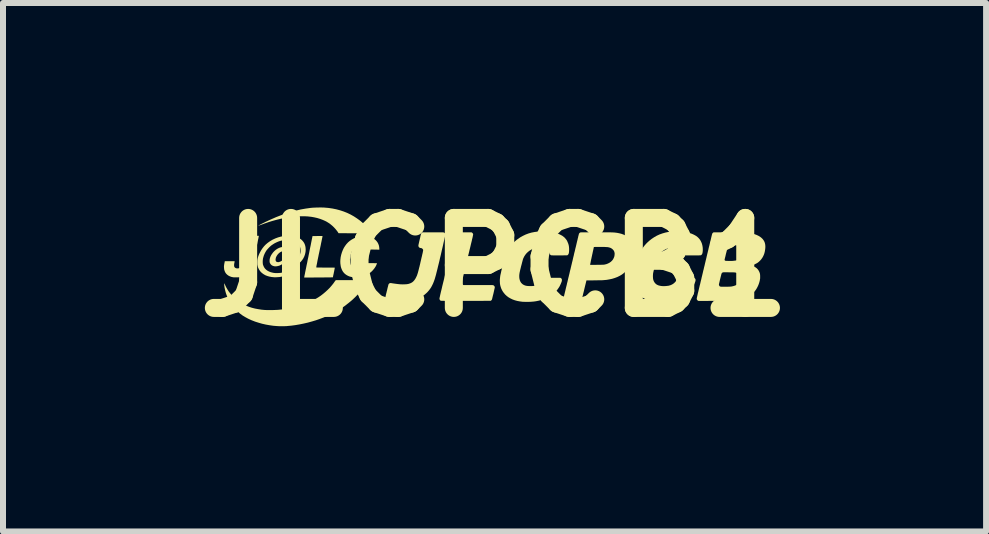
<source format=kicad_pcb>
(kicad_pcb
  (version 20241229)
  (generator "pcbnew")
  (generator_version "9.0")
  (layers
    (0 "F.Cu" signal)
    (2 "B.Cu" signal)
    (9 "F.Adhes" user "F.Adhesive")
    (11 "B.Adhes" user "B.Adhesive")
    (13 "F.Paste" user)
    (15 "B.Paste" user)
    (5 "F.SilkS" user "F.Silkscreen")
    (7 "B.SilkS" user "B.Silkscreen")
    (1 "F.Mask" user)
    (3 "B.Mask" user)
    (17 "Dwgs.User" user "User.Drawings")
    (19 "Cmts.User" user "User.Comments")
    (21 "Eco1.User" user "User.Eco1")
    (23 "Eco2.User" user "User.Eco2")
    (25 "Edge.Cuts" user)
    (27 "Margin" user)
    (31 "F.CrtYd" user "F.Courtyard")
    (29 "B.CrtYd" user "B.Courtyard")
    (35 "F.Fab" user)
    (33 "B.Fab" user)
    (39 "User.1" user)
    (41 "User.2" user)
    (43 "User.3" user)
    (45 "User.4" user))
  (footprint "JLCPCB1"
    (layer "F.Cu")
    (at 5.193 1.404)
    (property "Reference" "JLCPCB1" (at 0 0 0) (layer "F.SilkS") (effects (font (size 1.5 1.5) (thickness 0.3))))
    (attr board_only exclude_from_pos_files exclude_from_bom)
    (fp_poly (pts (xy -2.915 -0.52) (xy -2.9 -0.52) (xy -2.887 -0.52) (xy -2.877 -0.52) (xy -2.87 -0.519) (xy -2.867 -0.519) (xy -2.867 -0.519) (xy -2.867 -0.516) (xy -2.868 -0.51) (xy -2.87 -0.5) (xy -2.873 -0.487) (xy -2.876 -0.471) (xy -2.88 -0.452) (xy -2.884 -0.432) (xy -2.889 -0.409) (xy -2.894 -0.384) (xy -2.899 -0.358) (xy -2.905 -0.331) (xy -2.911 -0.303) (xy -2.916 -0.278) (xy -2.923 -0.245) (xy -2.93 -0.213) (xy -2.936 -0.182) (xy -2.942 -0.153) (xy -2.948 -0.125) (xy -2.953 -0.1) (xy -2.957 -0.077) (xy -2.961 -0.056) (xy -2.965 -0.038) (xy -2.968 -0.023) (xy -2.97 -0.011) (xy -2.971 -0.002) (xy -2.972 0.003) (xy -2.972 0.004) (xy -2.97 0.004) (xy -2.964 0.004) (xy -2.955 0.005) (xy -2.942 0.005) (xy -2.927 0.005) (xy -2.909 0.005) (xy -2.889 0.005) (xy -2.867 0.006) (xy -2.843 0.006) (xy -2.819 0.006) (xy -2.816 0.006) (xy -2.662 0.007) (xy -2.663 0.012) (xy -2.664 0.015) (xy -2.665 0.022) (xy -2.667 0.032) (xy -2.669 0.044) (xy -2.672 0.059) (xy -2.675 0.075) (xy -2.679 0.092) (xy -2.679 0.093) (xy -2.682 0.11) (xy -2.686 0.125) (xy -2.689 0.139) (xy -2.691 0.151) (xy -2.693 0.16) (xy -2.694 0.166) (xy -2.695 0.169) (xy -2.695 0.169) (xy -2.697 0.169) (xy -2.703 0.169) (xy -2.713 0.169) (xy -2.725 0.169) (xy -2.741 0.17) (xy -2.76 0.17) (xy -2.781 0.17) (xy -2.805 0.17) (xy -2.831 0.17) (xy -2.858 0.171) (xy -2.887 0.171) (xy -2.918 0.171) (xy -2.934 0.171) (xy -3.172 0.172) (xy -3.172 0.167) (xy -3.172 0.164) (xy -3.171 0.157) (xy -3.169 0.148) (xy -3.167 0.136) (xy -3.164 0.123) (xy -3.163 0.119) (xy -3.161 0.11) (xy -3.159 0.098) (xy -3.156 0.082) (xy -3.152 0.064) (xy -3.148 0.043) (xy -3.143 0.02) (xy -3.138 -0.005) (xy -3.133 -0.031) (xy -3.127 -0.058) (xy -3.121 -0.086) (xy -3.117 -0.109) (xy -3.111 -0.139) (xy -3.104 -0.17) (xy -3.098 -0.202) (xy -3.091 -0.235) (xy -3.085 -0.267) (xy -3.079 -0.298) (xy -3.073 -0.327) (xy -3.067 -0.354) (xy -3.062 -0.379) (xy -3.058 -0.4) (xy -3.057 -0.406) (xy -3.034 -0.519) (xy -2.95 -0.52) (xy -2.932 -0.52)) (stroke (width 0) (type solid)) (fill yes) (layer "F.SilkS"))
    (fp_poly (pts (xy -2.869 -0.995) (xy -2.851 -0.995) (xy -2.836 -0.994) (xy -2.767 -0.988) (xy -2.7 -0.978) (xy -2.636 -0.965) (xy -2.573 -0.948) (xy -2.513 -0.928) (xy -2.455 -0.905) (xy -2.399 -0.878) (xy -2.344 -0.847) (xy -2.292 -0.813) (xy -2.241 -0.776) (xy -2.193 -0.735) (xy -2.191 -0.733) (xy -2.177 -0.72) (xy -2.162 -0.705) (xy -2.146 -0.688) (xy -2.13 -0.67) (xy -2.115 -0.653) (xy -2.1 -0.635) (xy -2.087 -0.618) (xy -2.076 -0.603) (xy -2.066 -0.589) (xy -2.059 -0.577) (xy -2.058 -0.575) (xy -2.053 -0.566) (xy -2.059 -0.565) (xy -2.062 -0.565) (xy -2.068 -0.565) (xy -2.078 -0.565) (xy -2.092 -0.565) (xy -2.109 -0.565) (xy -2.128 -0.565) (xy -2.15 -0.565) (xy -2.175 -0.565) (xy -2.201 -0.565) (xy -2.23 -0.565) (xy -2.26 -0.565) (xy -2.291 -0.565) (xy -2.324 -0.566) (xy -2.332 -0.566) (xy -2.6 -0.567) (xy -2.607 -0.578) (xy -2.618 -0.595) (xy -2.632 -0.613) (xy -2.647 -0.632) (xy -2.664 -0.651) (xy -2.681 -0.669) (xy -2.698 -0.685) (xy -2.701 -0.688) (xy -2.726 -0.709) (xy -2.75 -0.728) (xy -2.775 -0.744) (xy -2.801 -0.76) (xy -2.825 -0.772) (xy -2.866 -0.79) (xy -2.909 -0.806) (xy -2.955 -0.82) (xy -3.003 -0.831) (xy -3.053 -0.84) (xy -3.107 -0.846) (xy -3.112 -0.847) (xy -3.123 -0.847) (xy -3.137 -0.848) (xy -3.154 -0.849) (xy -3.174 -0.849) (xy -3.194 -0.849) (xy -3.215 -0.849) (xy -3.236 -0.849) (xy -3.256 -0.849) (xy -3.274 -0.848) (xy -3.291 -0.848) (xy -3.304 -0.847) (xy -3.307 -0.847) (xy -3.371 -0.84) (xy -3.434 -0.832) (xy -3.497 -0.821) (xy -3.561 -0.808) (xy -3.626 -0.792) (xy -3.657 -0.784) (xy -3.682 -0.777) (xy -3.707 -0.77) (xy -3.73 -0.763) (xy -3.753 -0.756) (xy -3.777 -0.748) (xy -3.802 -0.739) (xy -3.829 -0.73) (xy -3.858 -0.719) (xy -3.889 -0.708) (xy -3.902 -0.703) (xy -3.914 -0.699) (xy -3.924 -0.695) (xy -3.932 -0.693) (xy -3.937 -0.691) (xy -3.939 -0.691) (xy -3.938 -0.692) (xy -3.934 -0.695) (xy -3.927 -0.699) (xy -3.917 -0.705) (xy -3.905 -0.711) (xy -3.891 -0.719) (xy -3.875 -0.727) (xy -3.858 -0.735) (xy -3.84 -0.744) (xy -3.821 -0.754) (xy -3.801 -0.763) (xy -3.782 -0.772) (xy -3.763 -0.781) (xy -3.745 -0.789) (xy -3.73 -0.796) (xy -3.643 -0.834) (xy -3.558 -0.867) (xy -3.474 -0.897) (xy -3.391 -0.922) (xy -3.31 -0.944) (xy -3.229 -0.963) (xy -3.149 -0.977) (xy -3.071 -0.988) (xy -3.042 -0.991) (xy -3.026 -0.992) (xy -3.007 -0.993) (xy -2.985 -0.994) (xy -2.962 -0.995) (xy -2.938 -0.995) (xy -2.914 -0.996) (xy -2.891 -0.996)) (stroke (width 0) (type solid)) (fill yes) (layer "F.SilkS"))
    (fp_poly (pts (xy -2.153 -0.518) (xy -2.12 -0.514) (xy -2.089 -0.508) (xy -2.059 -0.499) (xy -2.037 -0.49) (xy -2.017 -0.479) (xy -1.999 -0.466) (xy -1.982 -0.452) (xy -1.963 -0.431) (xy -1.947 -0.408) (xy -1.935 -0.383) (xy -1.926 -0.356) (xy -1.922 -0.329) (xy -1.921 -0.317) (xy -1.92 -0.292) (xy -1.98 -0.294) (xy -1.996 -0.294) (xy -2.013 -0.294) (xy -2.028 -0.295) (xy -2.042 -0.295) (xy -2.053 -0.295) (xy -2.061 -0.295) (xy -2.061 -0.295) (xy -2.072 -0.295) (xy -2.078 -0.296) (xy -2.082 -0.297) (xy -2.082 -0.297) (xy -2.083 -0.302) (xy -2.086 -0.31) (xy -2.091 -0.318) (xy -2.096 -0.328) (xy -2.102 -0.336) (xy -2.108 -0.344) (xy -2.111 -0.347) (xy -2.124 -0.36) (xy -2.139 -0.369) (xy -2.156 -0.376) (xy -2.175 -0.379) (xy -2.197 -0.381) (xy -2.21 -0.381) (xy -2.238 -0.377) (xy -2.265 -0.371) (xy -2.289 -0.36) (xy -2.312 -0.346) (xy -2.332 -0.329) (xy -2.351 -0.308) (xy -2.367 -0.284) (xy -2.376 -0.266) (xy -2.385 -0.246) (xy -2.393 -0.223) (xy -2.4 -0.199) (xy -2.405 -0.176) (xy -2.408 -0.157) (xy -2.409 -0.142) (xy -2.41 -0.126) (xy -2.409 -0.108) (xy -2.408 -0.091) (xy -2.407 -0.076) (xy -2.405 -0.064) (xy -2.404 -0.061) (xy -2.396 -0.038) (xy -2.385 -0.019) (xy -2.372 -0.002) (xy -2.356 0.011) (xy -2.337 0.022) (xy -2.32 0.028) (xy -2.308 0.03) (xy -2.293 0.031) (xy -2.277 0.032) (xy -2.261 0.031) (xy -2.246 0.028) (xy -2.239 0.027) (xy -2.213 0.018) (xy -2.189 0.006) (xy -2.167 -0.01) (xy -2.146 -0.028) (xy -2.129 -0.049) (xy -2.126 -0.053) (xy -2.116 -0.068) (xy -2.038 -0.068) (xy -2.015 -0.068) (xy -1.997 -0.067) (xy -1.982 -0.067) (xy -1.972 -0.067) (xy -1.964 -0.066) (xy -1.96 -0.066) (xy -1.959 -0.065) (xy -1.96 -0.062) (xy -1.962 -0.056) (xy -1.966 -0.047) (xy -1.97 -0.038) (xy -1.974 -0.028) (xy -1.979 -0.019) (xy -1.983 -0.012) (xy -1.984 -0.009) (xy -2.005 0.022) (xy -2.029 0.051) (xy -2.055 0.077) (xy -2.084 0.1) (xy -2.116 0.12) (xy -2.15 0.136) (xy -2.186 0.15) (xy -2.224 0.16) (xy -2.263 0.166) (xy -2.281 0.168) (xy -2.294 0.169) (xy -2.305 0.17) (xy -2.314 0.17) (xy -2.324 0.169) (xy -2.335 0.169) (xy -2.347 0.168) (xy -2.381 0.163) (xy -2.412 0.156) (xy -2.44 0.145) (xy -2.466 0.131) (xy -2.49 0.114) (xy -2.51 0.095) (xy -2.528 0.072) (xy -2.542 0.047) (xy -2.552 0.023) (xy -2.561 -0.004) (xy -2.566 -0.033) (xy -2.57 -0.064) (xy -2.571 -0.095) (xy -2.57 -0.122) (xy -2.565 -0.166) (xy -2.556 -0.208) (xy -2.544 -0.248) (xy -2.529 -0.286) (xy -2.512 -0.322) (xy -2.491 -0.355) (xy -2.468 -0.386) (xy -2.442 -0.414) (xy -2.413 -0.439) (xy -2.382 -0.46) (xy -2.352 -0.477) (xy -2.321 -0.491) (xy -2.289 -0.502) (xy -2.255 -0.51) (xy -2.221 -0.515) (xy -2.187 -0.518)) (stroke (width 0) (type solid)) (fill yes) (layer "F.SilkS"))
    (fp_poly (pts (xy -3.992 -0.525) (xy -3.976 -0.524) (xy -3.961 -0.524) (xy -3.949 -0.524) (xy -3.939 -0.524) (xy -3.932 -0.523) (xy -3.929 -0.523) (xy -3.928 -0.523) (xy -3.929 -0.521) (xy -3.93 -0.515) (xy -3.932 -0.505) (xy -3.934 -0.493) (xy -3.937 -0.478) (xy -3.941 -0.461) (xy -3.945 -0.442) (xy -3.949 -0.422) (xy -3.953 -0.4) (xy -3.958 -0.378) (xy -3.962 -0.355) (xy -3.967 -0.331) (xy -3.972 -0.308) (xy -3.977 -0.286) (xy -3.981 -0.265) (xy -3.985 -0.245) (xy -3.989 -0.226) (xy -3.991 -0.218) (xy -3.995 -0.198) (xy -3.999 -0.177) (xy -4.004 -0.155) (xy -4.008 -0.134) (xy -4.012 -0.114) (xy -4.016 -0.097) (xy -4.017 -0.09) (xy -4.022 -0.07) (xy -4.026 -0.052) (xy -4.029 -0.038) (xy -4.032 -0.025) (xy -4.036 -0.015) (xy -4.04 -0.004) (xy -4.044 0.006) (xy -4.049 0.016) (xy -4.05 0.019) (xy -4.066 0.048) (xy -4.085 0.074) (xy -4.107 0.097) (xy -4.131 0.117) (xy -4.159 0.135) (xy -4.189 0.149) (xy -4.221 0.16) (xy -4.24 0.164) (xy -4.252 0.166) (xy -4.266 0.168) (xy -4.283 0.169) (xy -4.301 0.169) (xy -4.319 0.169) (xy -4.336 0.169) (xy -4.35 0.168) (xy -4.359 0.167) (xy -4.388 0.161) (xy -4.414 0.151) (xy -4.437 0.139) (xy -4.457 0.124) (xy -4.474 0.107) (xy -4.488 0.087) (xy -4.498 0.065) (xy -4.506 0.04) (xy -4.509 0.014) (xy -4.51 -0.014) (xy -4.509 -0.026) (xy -4.507 -0.041) (xy -4.505 -0.056) (xy -4.502 -0.068) (xy -4.5 -0.079) (xy -4.498 -0.088) (xy -4.497 -0.095) (xy -4.496 -0.099) (xy -4.496 -0.1) (xy -4.494 -0.1) (xy -4.488 -0.1) (xy -4.479 -0.1) (xy -4.468 -0.1) (xy -4.454 -0.1) (xy -4.438 -0.1) (xy -4.42 -0.1) (xy -4.414 -0.1) (xy -4.394 -0.1) (xy -4.377 -0.1) (xy -4.363 -0.1) (xy -4.353 -0.1) (xy -4.345 -0.1) (xy -4.34 -0.1) (xy -4.336 -0.099) (xy -4.334 -0.099) (xy -4.332 -0.098) (xy -4.332 -0.097) (xy -4.332 -0.096) (xy -4.332 -0.093) (xy -4.334 -0.086) (xy -4.335 -0.078) (xy -4.336 -0.072) (xy -4.34 -0.055) (xy -4.341 -0.038) (xy -4.341 -0.024) (xy -4.339 -0.012) (xy -4.337 -0.006) (xy -4.33 0.004) (xy -4.32 0.012) (xy -4.308 0.017) (xy -4.293 0.02) (xy -4.277 0.02) (xy -4.272 0.019) (xy -4.252 0.014) (xy -4.235 0.006) (xy -4.22 -0.005) (xy -4.208 -0.02) (xy -4.207 -0.022) (xy -4.202 -0.03) (xy -4.198 -0.037) (xy -4.194 -0.045) (xy -4.191 -0.055) (xy -4.188 -0.066) (xy -4.185 -0.08) (xy -4.181 -0.097) (xy -4.181 -0.099) (xy -4.178 -0.109) (xy -4.176 -0.123) (xy -4.172 -0.14) (xy -4.168 -0.158) (xy -4.164 -0.179) (xy -4.16 -0.199) (xy -4.155 -0.22) (xy -4.153 -0.233) (xy -4.148 -0.256) (xy -4.143 -0.282) (xy -4.137 -0.308) (xy -4.131 -0.336) (xy -4.126 -0.362) (xy -4.121 -0.387) (xy -4.116 -0.408) (xy -4.116 -0.411) (xy -4.111 -0.434) (xy -4.107 -0.453) (xy -4.104 -0.469) (xy -4.101 -0.483) (xy -4.099 -0.493) (xy -4.097 -0.502) (xy -4.096 -0.509) (xy -4.095 -0.514) (xy -4.094 -0.519) (xy -4.093 -0.52) (xy -4.092 -0.525) (xy -4.01 -0.525)) (stroke (width 0) (type solid)) (fill yes) (layer "F.SilkS"))
    (fp_poly (pts (xy -2.337 0.215) (xy -2.302 0.215) (xy -2.271 0.215) (xy -2.243 0.215) (xy -2.219 0.215) (xy -2.197 0.215) (xy -2.179 0.215) (xy -2.163 0.216) (xy -2.15 0.216) (xy -2.139 0.216) (xy -2.13 0.216) (xy -2.122 0.216) (xy -2.117 0.216) (xy -2.113 0.217) (xy -2.11 0.217) (xy -2.108 0.217) (xy -2.107 0.218) (xy -2.107 0.218) (xy -2.107 0.219) (xy -2.108 0.223) (xy -2.111 0.23) (xy -2.116 0.24) (xy -2.123 0.252) (xy -2.131 0.265) (xy -2.14 0.279) (xy -2.15 0.295) (xy -2.161 0.31) (xy -2.172 0.325) (xy -2.182 0.339) (xy -2.212 0.378) (xy -2.246 0.418) (xy -2.283 0.458) (xy -2.322 0.498) (xy -2.364 0.538) (xy -2.373 0.546) (xy -2.382 0.554) (xy -2.394 0.564) (xy -2.407 0.575) (xy -2.423 0.588) (xy -2.439 0.601) (xy -2.455 0.613) (xy -2.471 0.626) (xy -2.485 0.637) (xy -2.499 0.647) (xy -2.508 0.654) (xy -2.57 0.696) (xy -2.635 0.735) (xy -2.703 0.772) (xy -2.774 0.806) (xy -2.847 0.837) (xy -2.924 0.866) (xy -2.976 0.884) (xy -3.043 0.904) (xy -3.111 0.923) (xy -3.181 0.939) (xy -3.25 0.953) (xy -3.32 0.965) (xy -3.388 0.974) (xy -3.454 0.98) (xy -3.471 0.982) (xy -3.486 0.982) (xy -3.505 0.983) (xy -3.525 0.983) (xy -3.546 0.983) (xy -3.568 0.983) (xy -3.588 0.983) (xy -3.607 0.982) (xy -3.623 0.981) (xy -3.624 0.981) (xy -3.687 0.976) (xy -3.75 0.967) (xy -3.812 0.956) (xy -3.874 0.942) (xy -3.933 0.925) (xy -3.99 0.907) (xy -4.044 0.886) (xy -4.054 0.882) (xy -4.106 0.858) (xy -4.154 0.832) (xy -4.199 0.805) (xy -4.241 0.774) (xy -4.28 0.741) (xy -4.317 0.706) (xy -4.351 0.668) (xy -4.372 0.641) (xy -4.397 0.606) (xy -4.42 0.568) (xy -4.441 0.527) (xy -4.459 0.484) (xy -4.475 0.44) (xy -4.488 0.395) (xy -4.498 0.349) (xy -4.5 0.339) (xy -4.502 0.327) (xy -4.503 0.315) (xy -4.505 0.303) (xy -4.506 0.292) (xy -4.506 0.282) (xy -4.506 0.275) (xy -4.506 0.27) (xy -4.506 0.268) (xy -4.504 0.27) (xy -4.501 0.275) (xy -4.498 0.282) (xy -4.495 0.288) (xy -4.487 0.305) (xy -4.481 0.318) (xy -4.475 0.33) (xy -4.47 0.34) (xy -4.464 0.35) (xy -4.458 0.36) (xy -4.453 0.369) (xy -4.443 0.385) (xy -4.434 0.399) (xy -4.423 0.414) (xy -4.412 0.428) (xy -4.399 0.444) (xy -4.384 0.462) (xy -4.379 0.467) (xy -4.351 0.497) (xy -4.324 0.524) (xy -4.296 0.548) (xy -4.266 0.571) (xy -4.233 0.592) (xy -4.223 0.599) (xy -4.182 0.622) (xy -4.138 0.642) (xy -4.093 0.66) (xy -4.044 0.676) (xy -3.993 0.689) (xy -3.939 0.699) (xy -3.882 0.708) (xy -3.858 0.71) (xy -3.841 0.712) (xy -3.821 0.713) (xy -3.798 0.714) (xy -3.774 0.714) (xy -3.748 0.714) (xy -3.721 0.714) (xy -3.694 0.714) (xy -3.668 0.713) (xy -3.644 0.712) (xy -3.621 0.711) (xy -3.601 0.71) (xy -3.596 0.709) (xy -3.534 0.703) (xy -3.474 0.694) (xy -3.418 0.684) (xy -3.363 0.673) (xy -3.309 0.66) (xy -3.257 0.644) (xy -3.204 0.626) (xy -3.151 0.606) (xy -3.096 0.583) (xy -3.042 0.559) (xy -3.028 0.552) (xy -3.013 0.545) (xy -2.998 0.537) (xy -2.985 0.53) (xy -2.977 0.526) (xy -2.936 0.501) (xy -2.896 0.474) (xy -2.856 0.443) (xy -2.818 0.411) (xy -2.781 0.377) (xy -2.746 0.342) (xy -2.715 0.306) (xy -2.686 0.27) (xy -2.672 0.25) (xy -2.666 0.241) (xy -2.66 0.233) (xy -2.655 0.226) (xy -2.651 0.222) (xy -2.645 0.215) (xy -2.376 0.215)) (stroke (width 0) (type solid)) (fill yes) (layer "F.SilkS"))
    (fp_poly (pts (xy -0.939 -0.582) (xy -0.917 -0.582) (xy -0.897 -0.582) (xy -0.882 -0.581) (xy -0.869 -0.581) (xy -0.86 -0.581) (xy -0.853 -0.58) (xy -0.849 -0.58) (xy -0.848 -0.58) (xy -0.836 -0.575) (xy -0.828 -0.567) (xy -0.824 -0.56) (xy -0.821 -0.554) (xy -0.82 -0.547) (xy -0.82 -0.538) (xy -0.822 -0.528) (xy -0.824 -0.52) (xy -0.826 -0.51) (xy -0.829 -0.497) (xy -0.833 -0.481) (xy -0.837 -0.462) (xy -0.842 -0.442) (xy -0.847 -0.42) (xy -0.852 -0.398) (xy -0.857 -0.375) (xy -0.862 -0.352) (xy -0.867 -0.331) (xy -0.872 -0.31) (xy -0.876 -0.292) (xy -0.88 -0.276) (xy -0.882 -0.266) (xy -0.889 -0.236) (xy -0.896 -0.204) (xy -0.904 -0.172) (xy -0.912 -0.139) (xy -0.919 -0.106) (xy -0.927 -0.073) (xy -0.935 -0.041) (xy -0.943 -0.009) (xy -0.95 0.021) (xy -0.957 0.049) (xy -0.964 0.076) (xy -0.97 0.1) (xy -0.975 0.121) (xy -0.98 0.139) (xy -0.984 0.153) (xy -0.985 0.156) (xy -0.997 0.198) (xy -1.011 0.237) (xy -1.025 0.272) (xy -1.041 0.305) (xy -1.057 0.335) (xy -1.075 0.362) (xy -1.095 0.388) (xy -1.116 0.412) (xy -1.131 0.427) (xy -1.165 0.457) (xy -1.202 0.483) (xy -1.241 0.507) (xy -1.282 0.527) (xy -1.327 0.544) (xy -1.373 0.558) (xy -1.421 0.569) (xy -1.44 0.572) (xy -1.454 0.574) (xy -1.471 0.575) (xy -1.491 0.576) (xy -1.512 0.577) (xy -1.535 0.577) (xy -1.557 0.577) (xy -1.579 0.577) (xy -1.599 0.576) (xy -1.617 0.575) (xy -1.621 0.575) (xy -1.643 0.573) (xy -1.666 0.57) (xy -1.688 0.567) (xy -1.709 0.564) (xy -1.73 0.56) (xy -1.749 0.556) (xy -1.766 0.553) (xy -1.781 0.549) (xy -1.793 0.545) (xy -1.802 0.542) (xy -1.805 0.54) (xy -1.812 0.534) (xy -1.817 0.525) (xy -1.82 0.516) (xy -1.821 0.507) (xy -1.821 0.506) (xy -1.82 0.502) (xy -1.818 0.495) (xy -1.816 0.484) (xy -1.813 0.471) (xy -1.81 0.456) (xy -1.806 0.44) (xy -1.801 0.422) (xy -1.797 0.404) (xy -1.792 0.386) (xy -1.788 0.368) (xy -1.784 0.35) (xy -1.78 0.334) (xy -1.776 0.32) (xy -1.773 0.308) (xy -1.771 0.298) (xy -1.769 0.291) (xy -1.768 0.288) (xy -1.764 0.281) (xy -1.758 0.274) (xy -1.752 0.269) (xy -1.751 0.268) (xy -1.746 0.266) (xy -1.74 0.264) (xy -1.733 0.264) (xy -1.724 0.265) (xy -1.712 0.266) (xy -1.704 0.268) (xy -1.655 0.275) (xy -1.609 0.281) (xy -1.567 0.285) (xy -1.529 0.286) (xy -1.494 0.285) (xy -1.462 0.283) (xy -1.434 0.278) (xy -1.41 0.27) (xy -1.393 0.263) (xy -1.372 0.251) (xy -1.354 0.236) (xy -1.337 0.217) (xy -1.321 0.194) (xy -1.307 0.168) (xy -1.293 0.138) (xy -1.287 0.12) (xy -1.284 0.11) (xy -1.28 0.1) (xy -1.277 0.089) (xy -1.274 0.077) (xy -1.27 0.063) (xy -1.266 0.048) (xy -1.262 0.031) (xy -1.257 0.011) (xy -1.251 -0.011) (xy -1.245 -0.037) (xy -1.238 -0.066) (xy -1.237 -0.072) (xy -1.229 -0.106) (xy -1.222 -0.136) (xy -1.216 -0.163) (xy -1.21 -0.186) (xy -1.206 -0.206) (xy -1.202 -0.223) (xy -1.198 -0.238) (xy -1.196 -0.25) (xy -1.194 -0.261) (xy -1.192 -0.269) (xy -1.191 -0.276) (xy -1.19 -0.281) (xy -1.19 -0.286) (xy -1.19 -0.289) (xy -1.191 -0.292) (xy -1.192 -0.294) (xy -1.193 -0.296) (xy -1.194 -0.298) (xy -1.196 -0.3) (xy -1.196 -0.3) (xy -1.202 -0.308) (xy -1.212 -0.315) (xy -1.222 -0.319) (xy -1.23 -0.32) (xy -1.242 -0.322) (xy -1.253 -0.327) (xy -1.261 -0.335) (xy -1.267 -0.345) (xy -1.269 -0.357) (xy -1.269 -0.368) (xy -1.267 -0.374) (xy -1.266 -0.382) (xy -1.263 -0.393) (xy -1.261 -0.404) (xy -1.259 -0.411) (xy -1.253 -0.439) (xy -1.247 -0.464) (xy -1.242 -0.485) (xy -1.238 -0.503) (xy -1.235 -0.518) (xy -1.232 -0.53) (xy -1.229 -0.54) (xy -1.227 -0.548) (xy -1.226 -0.554) (xy -1.224 -0.558) (xy -1.223 -0.561) (xy -1.223 -0.561) (xy -1.217 -0.569) (xy -1.21 -0.575) (xy -1.202 -0.581) (xy -1.029 -0.582) (xy -0.995 -0.582) (xy -0.965 -0.582)) (stroke (width 0) (type solid)) (fill yes) (layer "F.SilkS"))
    (fp_poly (pts (xy -0.545 -0.582) (xy -0.521 -0.582) (xy -0.506 -0.582) (xy -0.382 -0.581) (xy -0.374 -0.575) (xy -0.366 -0.568) (xy -0.36 -0.559) (xy -0.357 -0.549) (xy -0.357 -0.545) (xy -0.357 -0.541) (xy -0.359 -0.534) (xy -0.361 -0.523) (xy -0.364 -0.508) (xy -0.368 -0.489) (xy -0.374 -0.467) (xy -0.379 -0.442) (xy -0.386 -0.414) (xy -0.394 -0.382) (xy -0.402 -0.347) (xy -0.411 -0.31) (xy -0.421 -0.27) (xy -0.422 -0.264) (xy -0.427 -0.244) (xy -0.432 -0.223) (xy -0.437 -0.203) (xy -0.442 -0.183) (xy -0.446 -0.165) (xy -0.45 -0.149) (xy -0.453 -0.137) (xy -0.453 -0.135) (xy -0.456 -0.125) (xy -0.459 -0.111) (xy -0.463 -0.094) (xy -0.468 -0.075) (xy -0.473 -0.054) (xy -0.478 -0.032) (xy -0.483 -0.009) (xy -0.489 0.014) (xy -0.491 0.022) (xy -0.499 0.057) (xy -0.507 0.09) (xy -0.514 0.118) (xy -0.52 0.144) (xy -0.525 0.166) (xy -0.53 0.185) (xy -0.534 0.202) (xy -0.537 0.216) (xy -0.54 0.228) (xy -0.542 0.238) (xy -0.544 0.246) (xy -0.545 0.252) (xy -0.546 0.257) (xy -0.546 0.261) (xy -0.547 0.264) (xy -0.547 0.266) (xy -0.546 0.267) (xy -0.542 0.278) (xy -0.535 0.287) (xy -0.528 0.292) (xy -0.519 0.297) (xy -0.274 0.297) (xy -0.237 0.297) (xy -0.204 0.297) (xy -0.174 0.297) (xy -0.148 0.297) (xy -0.125 0.297) (xy -0.106 0.297) (xy -0.088 0.297) (xy -0.074 0.298) (xy -0.062 0.298) (xy -0.052 0.298) (xy -0.043 0.298) (xy -0.037 0.298) (xy -0.032 0.299) (xy -0.028 0.299) (xy -0.025 0.299) (xy -0.023 0.3) (xy -0.021 0.3) (xy -0.019 0.301) (xy -0.019 0.301) (xy -0.009 0.308) (xy -0.001 0.317) (xy 0.002 0.326) (xy 0.003 0.328) (xy 0.003 0.33) (xy 0.004 0.332) (xy 0.004 0.334) (xy 0.004 0.337) (xy 0.003 0.342) (xy 0.002 0.348) (xy 0.000289 0.355) (xy -0.002 0.365) (xy -0.005 0.377) (xy -0.008 0.392) (xy -0.012 0.41) (xy -0.017 0.432) (xy -0.021 0.449) (xy -0.026 0.467) (xy -0.03 0.484) (xy -0.034 0.5) (xy -0.037 0.514) (xy -0.04 0.526) (xy -0.043 0.534) (xy -0.044 0.54) (xy -0.045 0.541) (xy -0.049 0.547) (xy -0.054 0.552) (xy -0.056 0.554) (xy -0.064 0.56) (xy -0.477 0.561) (xy -0.527 0.561) (xy -0.572 0.561) (xy -0.614 0.561) (xy -0.653 0.561) (xy -0.687 0.561) (xy -0.719 0.561) (xy -0.747 0.561) (xy -0.772 0.561) (xy -0.795 0.561) (xy -0.814 0.561) (xy -0.831 0.561) (xy -0.846 0.56) (xy -0.859 0.56) (xy -0.869 0.56) (xy -0.878 0.56) (xy -0.884 0.56) (xy -0.889 0.559) (xy -0.893 0.559) (xy -0.895 0.559) (xy -0.897 0.559) (xy -0.906 0.552) (xy -0.913 0.543) (xy -0.917 0.531) (xy -0.918 0.524) (xy -0.918 0.52) (xy -0.917 0.514) (xy -0.915 0.505) (xy -0.912 0.493) (xy -0.909 0.478) (xy -0.905 0.459) (xy -0.9 0.438) (xy -0.894 0.412) (xy -0.887 0.384) (xy -0.879 0.351) (xy -0.871 0.315) (xy -0.861 0.275) (xy -0.861 0.275) (xy -0.856 0.254) (xy -0.85 0.231) (xy -0.844 0.206) (xy -0.838 0.182) (xy -0.833 0.158) (xy -0.828 0.138) (xy -0.828 0.136) (xy -0.823 0.117) (xy -0.818 0.094) (xy -0.812 0.07) (xy -0.806 0.045) (xy -0.8 0.021) (xy -0.795 -0.001) (xy -0.793 -0.009) (xy -0.788 -0.03) (xy -0.782 -0.054) (xy -0.776 -0.078) (xy -0.77 -0.103) (xy -0.765 -0.126) (xy -0.76 -0.147) (xy -0.758 -0.155) (xy -0.753 -0.175) (xy -0.748 -0.198) (xy -0.742 -0.223) (xy -0.736 -0.248) (xy -0.73 -0.271) (xy -0.725 -0.293) (xy -0.724 -0.296) (xy -0.72 -0.314) (xy -0.715 -0.336) (xy -0.709 -0.359) (xy -0.703 -0.384) (xy -0.697 -0.409) (xy -0.691 -0.433) (xy -0.686 -0.456) (xy -0.685 -0.459) (xy -0.681 -0.478) (xy -0.676 -0.496) (xy -0.672 -0.512) (xy -0.669 -0.527) (xy -0.666 -0.539) (xy -0.663 -0.549) (xy -0.661 -0.555) (xy -0.661 -0.557) (xy -0.654 -0.568) (xy -0.645 -0.576) (xy -0.638 -0.579) (xy -0.636 -0.58) (xy -0.633 -0.58) (xy -0.629 -0.581) (xy -0.624 -0.581) (xy -0.617 -0.581) (xy -0.608 -0.582) (xy -0.596 -0.582) (xy -0.582 -0.582) (xy -0.565 -0.582)) (stroke (width 0) (type solid)) (fill yes) (layer "F.SilkS"))
    (fp_poly (pts (xy 3.065 -0.598) (xy 3.102 -0.595) (xy 3.14 -0.592) (xy 3.175 -0.587) (xy 3.209 -0.581) (xy 3.232 -0.576) (xy 3.258 -0.568) (xy 3.284 -0.559) (xy 3.31 -0.548) (xy 3.334 -0.536) (xy 3.355 -0.524) (xy 3.362 -0.52) (xy 3.386 -0.501) (xy 3.407 -0.48) (xy 3.426 -0.456) (xy 3.441 -0.429) (xy 3.454 -0.4) (xy 3.463 -0.368) (xy 3.469 -0.335) (xy 3.471 -0.305) (xy 3.471 -0.279) (xy 3.469 -0.256) (xy 3.466 -0.237) (xy 3.461 -0.222) (xy 3.454 -0.211) (xy 3.445 -0.203) (xy 3.437 -0.199) (xy 3.433 -0.199) (xy 3.426 -0.198) (xy 3.415 -0.198) (xy 3.402 -0.197) (xy 3.386 -0.197) (xy 3.369 -0.197) (xy 3.35 -0.197) (xy 3.33 -0.197) (xy 3.309 -0.197) (xy 3.289 -0.197) (xy 3.268 -0.197) (xy 3.249 -0.197) (xy 3.231 -0.197) (xy 3.214 -0.197) (xy 3.199 -0.197) (xy 3.187 -0.198) (xy 3.178 -0.198) (xy 3.173 -0.199) (xy 3.172 -0.199) (xy 3.162 -0.204) (xy 3.154 -0.212) (xy 3.148 -0.222) (xy 3.146 -0.227) (xy 3.141 -0.242) (xy 3.134 -0.254) (xy 3.125 -0.267) (xy 3.12 -0.272) (xy 3.102 -0.288) (xy 3.081 -0.302) (xy 3.057 -0.313) (xy 3.03 -0.321) (xy 3 -0.326) (xy 2.985 -0.327) (xy 2.955 -0.327) (xy 2.925 -0.323) (xy 2.894 -0.316) (xy 2.864 -0.305) (xy 2.836 -0.291) (xy 2.827 -0.286) (xy 2.798 -0.266) (xy 2.772 -0.244) (xy 2.749 -0.219) (xy 2.729 -0.192) (xy 2.713 -0.162) (xy 2.704 -0.14) (xy 2.702 -0.135) (xy 2.7 -0.127) (xy 2.697 -0.116) (xy 2.693 -0.102) (xy 2.689 -0.086) (xy 2.684 -0.068) (xy 2.679 -0.05) (xy 2.674 -0.03) (xy 2.669 -0.011) (xy 2.665 0.009) (xy 2.66 0.027) (xy 2.656 0.045) (xy 2.652 0.06) (xy 2.649 0.074) (xy 2.646 0.085) (xy 2.645 0.093) (xy 2.644 0.094) (xy 2.642 0.108) (xy 2.641 0.123) (xy 2.64 0.14) (xy 2.64 0.158) (xy 2.641 0.174) (xy 2.642 0.189) (xy 2.644 0.201) (xy 2.645 0.206) (xy 2.653 0.23) (xy 2.664 0.25) (xy 2.678 0.268) (xy 2.694 0.283) (xy 2.714 0.295) (xy 2.736 0.304) (xy 2.757 0.309) (xy 2.779 0.313) (xy 2.804 0.315) (xy 2.83 0.315) (xy 2.856 0.314) (xy 2.881 0.311) (xy 2.904 0.308) (xy 2.91 0.306) (xy 2.937 0.298) (xy 2.962 0.286) (xy 2.985 0.271) (xy 3.006 0.252) (xy 3.024 0.231) (xy 3.04 0.205) (xy 3.042 0.202) (xy 3.047 0.195) (xy 3.052 0.188) (xy 3.057 0.183) (xy 3.057 0.183) (xy 3.064 0.177) (xy 3.194 0.177) (xy 3.324 0.176) (xy 3.332 0.181) (xy 3.339 0.186) (xy 3.345 0.193) (xy 3.346 0.194) (xy 3.349 0.202) (xy 3.351 0.211) (xy 3.35 0.222) (xy 3.347 0.235) (xy 3.344 0.245) (xy 3.328 0.285) (xy 3.309 0.323) (xy 3.286 0.359) (xy 3.26 0.392) (xy 3.231 0.423) (xy 3.199 0.451) (xy 3.164 0.476) (xy 3.126 0.499) (xy 3.085 0.519) (xy 3.084 0.519) (xy 3.043 0.535) (xy 3 0.549) (xy 2.955 0.56) (xy 2.908 0.568) (xy 2.857 0.574) (xy 2.836 0.576) (xy 2.827 0.576) (xy 2.815 0.577) (xy 2.801 0.577) (xy 2.785 0.577) (xy 2.769 0.577) (xy 2.753 0.578) (xy 2.739 0.577) (xy 2.725 0.577) (xy 2.715 0.577) (xy 2.707 0.577) (xy 2.707 0.577) (xy 2.683 0.574) (xy 2.662 0.572) (xy 2.644 0.569) (xy 2.627 0.566) (xy 2.612 0.563) (xy 2.596 0.56) (xy 2.586 0.557) (xy 2.547 0.545) (xy 2.511 0.53) (xy 2.477 0.512) (xy 2.446 0.492) (xy 2.419 0.468) (xy 2.407 0.457) (xy 2.386 0.434) (xy 2.369 0.411) (xy 2.354 0.387) (xy 2.342 0.362) (xy 2.339 0.355) (xy 2.332 0.336) (xy 2.326 0.318) (xy 2.322 0.3) (xy 2.319 0.279) (xy 2.318 0.278) (xy 2.317 0.262) (xy 2.316 0.244) (xy 2.316 0.223) (xy 2.316 0.202) (xy 2.318 0.182) (xy 2.32 0.163) (xy 2.322 0.149) (xy 2.323 0.142) (xy 2.325 0.131) (xy 2.328 0.117) (xy 2.332 0.1) (xy 2.337 0.081) (xy 2.342 0.059) (xy 2.348 0.035) (xy 2.354 0.009) (xy 2.36 -0.018) (xy 2.367 -0.047) (xy 2.374 -0.076) (xy 2.381 -0.105) (xy 2.386 -0.127) (xy 2.399 -0.173) (xy 2.415 -0.216) (xy 2.432 -0.256) (xy 2.453 -0.295) (xy 2.477 -0.331) (xy 2.504 -0.366) (xy 2.535 -0.4) (xy 2.542 -0.407) (xy 2.58 -0.442) (xy 2.62 -0.473) (xy 2.662 -0.501) (xy 2.706 -0.526) (xy 2.752 -0.547) (xy 2.8 -0.564) (xy 2.85 -0.578) (xy 2.902 -0.589) (xy 2.955 -0.595) (xy 3.01 -0.598) (xy 3.027 -0.598)) (stroke (width 0) (type solid)) (fill yes) (layer "F.SilkS"))
    (fp_poly (pts (xy 0.826 -0.598) (xy 0.872 -0.595) (xy 0.915 -0.591) (xy 0.955 -0.586) (xy 0.992 -0.579) (xy 1.026 -0.569) (xy 1.058 -0.559) (xy 1.088 -0.546) (xy 1.091 -0.544) (xy 1.111 -0.534) (xy 1.129 -0.524) (xy 1.144 -0.513) (xy 1.158 -0.502) (xy 1.167 -0.494) (xy 1.183 -0.476) (xy 1.198 -0.457) (xy 1.211 -0.435) (xy 1.215 -0.425) (xy 1.227 -0.397) (xy 1.236 -0.368) (xy 1.241 -0.338) (xy 1.243 -0.307) (xy 1.243 -0.285) (xy 1.242 -0.263) (xy 1.24 -0.245) (xy 1.237 -0.23) (xy 1.232 -0.219) (xy 1.226 -0.21) (xy 1.219 -0.203) (xy 1.218 -0.202) (xy 1.21 -0.198) (xy 1.081 -0.197) (xy 1.051 -0.197) (xy 1.024 -0.197) (xy 1.001 -0.197) (xy 0.981 -0.197) (xy 0.966 -0.198) (xy 0.955 -0.198) (xy 0.948 -0.198) (xy 0.945 -0.199) (xy 0.935 -0.203) (xy 0.927 -0.211) (xy 0.921 -0.221) (xy 0.919 -0.227) (xy 0.915 -0.24) (xy 0.909 -0.25) (xy 0.902 -0.261) (xy 0.893 -0.272) (xy 0.888 -0.277) (xy 0.878 -0.285) (xy 0.87 -0.292) (xy 0.863 -0.297) (xy 0.853 -0.302) (xy 0.85 -0.304) (xy 0.824 -0.315) (xy 0.796 -0.322) (xy 0.767 -0.326) (xy 0.737 -0.327) (xy 0.707 -0.325) (xy 0.678 -0.319) (xy 0.677 -0.319) (xy 0.644 -0.308) (xy 0.613 -0.294) (xy 0.584 -0.276) (xy 0.557 -0.255) (xy 0.533 -0.232) (xy 0.512 -0.206) (xy 0.494 -0.178) (xy 0.479 -0.147) (xy 0.477 -0.143) (xy 0.476 -0.14) (xy 0.475 -0.137) (xy 0.474 -0.133) (xy 0.472 -0.127) (xy 0.47 -0.12) (xy 0.468 -0.111) (xy 0.465 -0.1) (xy 0.461 -0.086) (xy 0.457 -0.07) (xy 0.452 -0.05) (xy 0.446 -0.028) (xy 0.439 -0.002) (xy 0.437 0.009) (xy 0.43 0.035) (xy 0.425 0.057) (xy 0.421 0.076) (xy 0.417 0.094) (xy 0.415 0.109) (xy 0.413 0.123) (xy 0.412 0.136) (xy 0.412 0.149) (xy 0.412 0.162) (xy 0.412 0.164) (xy 0.415 0.191) (xy 0.421 0.216) (xy 0.43 0.238) (xy 0.442 0.258) (xy 0.457 0.274) (xy 0.474 0.288) (xy 0.495 0.299) (xy 0.498 0.3) (xy 0.511 0.305) (xy 0.525 0.309) (xy 0.539 0.311) (xy 0.555 0.313) (xy 0.574 0.314) (xy 0.595 0.314) (xy 0.62 0.314) (xy 0.642 0.313) (xy 0.661 0.311) (xy 0.679 0.307) (xy 0.694 0.303) (xy 0.71 0.298) (xy 0.722 0.292) (xy 0.747 0.278) (xy 0.769 0.261) (xy 0.788 0.241) (xy 0.805 0.218) (xy 0.809 0.212) (xy 0.815 0.201) (xy 0.819 0.194) (xy 0.823 0.189) (xy 0.827 0.185) (xy 0.831 0.182) (xy 0.834 0.18) (xy 0.836 0.179) (xy 0.838 0.179) (xy 0.84 0.178) (xy 0.844 0.178) (xy 0.848 0.177) (xy 0.854 0.177) (xy 0.862 0.177) (xy 0.872 0.177) (xy 0.885 0.176) (xy 0.9 0.176) (xy 0.918 0.176) (xy 0.94 0.176) (xy 0.966 0.176) (xy 0.97 0.176) (xy 1.097 0.176) (xy 1.106 0.181) (xy 1.115 0.189) (xy 1.121 0.199) (xy 1.123 0.211) (xy 1.122 0.224) (xy 1.122 0.227) (xy 1.118 0.242) (xy 1.111 0.26) (xy 1.103 0.279) (xy 1.094 0.299) (xy 1.084 0.319) (xy 1.073 0.337) (xy 1.067 0.346) (xy 1.043 0.38) (xy 1.016 0.411) (xy 0.985 0.44) (xy 0.951 0.466) (xy 0.915 0.49) (xy 0.875 0.511) (xy 0.833 0.529) (xy 0.788 0.544) (xy 0.74 0.557) (xy 0.69 0.567) (xy 0.655 0.572) (xy 0.632 0.574) (xy 0.607 0.576) (xy 0.581 0.577) (xy 0.553 0.578) (xy 0.526 0.578) (xy 0.501 0.577) (xy 0.478 0.576) (xy 0.468 0.576) (xy 0.422 0.57) (xy 0.379 0.562) (xy 0.338 0.551) (xy 0.3 0.537) (xy 0.265 0.52) (xy 0.232 0.501) (xy 0.203 0.479) (xy 0.176 0.454) (xy 0.153 0.426) (xy 0.141 0.41) (xy 0.125 0.383) (xy 0.112 0.356) (xy 0.102 0.327) (xy 0.094 0.297) (xy 0.09 0.271) (xy 0.089 0.249) (xy 0.088 0.224) (xy 0.089 0.198) (xy 0.092 0.171) (xy 0.095 0.145) (xy 0.098 0.129) (xy 0.101 0.116) (xy 0.105 0.1) (xy 0.109 0.081) (xy 0.113 0.061) (xy 0.119 0.039) (xy 0.124 0.017) (xy 0.13 -0.007) (xy 0.136 -0.031) (xy 0.142 -0.054) (xy 0.147 -0.078) (xy 0.153 -0.1) (xy 0.158 -0.121) (xy 0.163 -0.14) (xy 0.168 -0.156) (xy 0.172 -0.171) (xy 0.175 -0.182) (xy 0.177 -0.19) (xy 0.178 -0.192) (xy 0.196 -0.237) (xy 0.218 -0.28) (xy 0.243 -0.321) (xy 0.271 -0.359) (xy 0.303 -0.396) (xy 0.338 -0.43) (xy 0.376 -0.462) (xy 0.386 -0.468) (xy 0.428 -0.498) (xy 0.473 -0.523) (xy 0.519 -0.545) (xy 0.567 -0.563) (xy 0.616 -0.577) (xy 0.667 -0.587) (xy 0.721 -0.594) (xy 0.776 -0.598)) (stroke (width 0) (type solid)) (fill yes) (layer "F.SilkS"))
    (fp_poly (pts (xy 1.692 -0.582) (xy 1.733 -0.582) (xy 1.77 -0.582) (xy 1.803 -0.582) (xy 1.833 -0.582) (xy 1.86 -0.582) (xy 1.884 -0.581) (xy 1.905 -0.581) (xy 1.924 -0.581) (xy 1.941 -0.581) (xy 1.956 -0.58) (xy 1.969 -0.58) (xy 1.981 -0.579) (xy 1.991 -0.579) (xy 2.001 -0.578) (xy 2.01 -0.577) (xy 2.018 -0.576) (xy 2.026 -0.575) (xy 2.034 -0.574) (xy 2.037 -0.574) (xy 2.078 -0.566) (xy 2.117 -0.556) (xy 2.152 -0.543) (xy 2.184 -0.528) (xy 2.213 -0.511) (xy 2.239 -0.491) (xy 2.262 -0.468) (xy 2.282 -0.443) (xy 2.298 -0.416) (xy 2.311 -0.387) (xy 2.32 -0.356) (xy 2.325 -0.331) (xy 2.327 -0.311) (xy 2.328 -0.289) (xy 2.327 -0.266) (xy 2.325 -0.244) (xy 2.325 -0.24) (xy 2.323 -0.228) (xy 2.32 -0.214) (xy 2.316 -0.197) (xy 2.312 -0.18) (xy 2.308 -0.162) (xy 2.303 -0.144) (xy 2.299 -0.128) (xy 2.295 -0.114) (xy 2.294 -0.113) (xy 2.29 -0.101) (xy 2.285 -0.087) (xy 2.28 -0.074) (xy 2.277 -0.068) (xy 2.259 -0.029) (xy 2.238 0.006) (xy 2.214 0.039) (xy 2.186 0.07) (xy 2.156 0.097) (xy 2.123 0.122) (xy 2.086 0.144) (xy 2.047 0.163) (xy 2.005 0.179) (xy 1.96 0.193) (xy 1.912 0.203) (xy 1.878 0.209) (xy 1.866 0.211) (xy 1.854 0.212) (xy 1.843 0.213) (xy 1.832 0.214) (xy 1.82 0.215) (xy 1.808 0.216) (xy 1.794 0.217) (xy 1.778 0.217) (xy 1.76 0.218) (xy 1.74 0.218) (xy 1.717 0.218) (xy 1.69 0.219) (xy 1.666 0.219) (xy 1.532 0.22) (xy 1.516 0.285) (xy 1.512 0.301) (xy 1.507 0.321) (xy 1.502 0.342) (xy 1.496 0.366) (xy 1.491 0.39) (xy 1.485 0.413) (xy 1.479 0.436) (xy 1.477 0.444) (xy 1.472 0.467) (xy 1.467 0.486) (xy 1.463 0.503) (xy 1.459 0.516) (xy 1.456 0.527) (xy 1.454 0.535) (xy 1.451 0.542) (xy 1.449 0.547) (xy 1.446 0.55) (xy 1.443 0.553) (xy 1.44 0.555) (xy 1.437 0.557) (xy 1.436 0.557) (xy 1.434 0.558) (xy 1.432 0.559) (xy 1.429 0.56) (xy 1.426 0.56) (xy 1.421 0.56) (xy 1.415 0.561) (xy 1.408 0.561) (xy 1.398 0.561) (xy 1.386 0.561) (xy 1.371 0.561) (xy 1.353 0.561) (xy 1.331 0.561) (xy 1.306 0.561) (xy 1.302 0.561) (xy 1.276 0.561) (xy 1.254 0.561) (xy 1.235 0.561) (xy 1.219 0.561) (xy 1.207 0.561) (xy 1.196 0.561) (xy 1.188 0.56) (xy 1.182 0.56) (xy 1.178 0.56) (xy 1.174 0.559) (xy 1.172 0.559) (xy 1.171 0.558) (xy 1.161 0.551) (xy 1.154 0.541) (xy 1.15 0.53) (xy 1.15 0.525) (xy 1.15 0.521) (xy 1.152 0.513) (xy 1.154 0.502) (xy 1.157 0.487) (xy 1.161 0.468) (xy 1.166 0.447) (xy 1.172 0.422) (xy 1.179 0.394) (xy 1.186 0.364) (xy 1.194 0.33) (xy 1.203 0.295) (xy 1.205 0.286) (xy 1.209 0.266) (xy 1.215 0.245) (xy 1.22 0.222) (xy 1.225 0.2) (xy 1.23 0.18) (xy 1.234 0.162) (xy 1.235 0.161) (xy 1.238 0.147) (xy 1.242 0.13) (xy 1.247 0.111) (xy 1.252 0.089) (xy 1.257 0.066) (xy 1.263 0.043) (xy 1.269 0.019) (xy 1.274 -0.004) (xy 1.275 -0.006) (xy 1.28 -0.029) (xy 1.283 -0.04) (xy 1.592 -0.04) (xy 1.594 -0.04) (xy 1.6 -0.04) (xy 1.61 -0.039) (xy 1.624 -0.039) (xy 1.641 -0.039) (xy 1.662 -0.039) (xy 1.686 -0.039) (xy 1.703 -0.04) (xy 1.729 -0.04) (xy 1.751 -0.04) (xy 1.769 -0.04) (xy 1.785 -0.041) (xy 1.797 -0.041) (xy 1.808 -0.041) (xy 1.816 -0.042) (xy 1.823 -0.043) (xy 1.828 -0.043) (xy 1.832 -0.044) (xy 1.863 -0.051) (xy 1.891 -0.062) (xy 1.916 -0.075) (xy 1.938 -0.09) (xy 1.958 -0.109) (xy 1.974 -0.129) (xy 1.986 -0.152) (xy 1.995 -0.174) (xy 1.999 -0.192) (xy 2.001 -0.211) (xy 2.002 -0.229) (xy 1.999 -0.246) (xy 1.999 -0.247) (xy 1.993 -0.266) (xy 1.983 -0.283) (xy 1.969 -0.298) (xy 1.953 -0.311) (xy 1.934 -0.322) (xy 1.912 -0.329) (xy 1.909 -0.33) (xy 1.901 -0.332) (xy 1.893 -0.333) (xy 1.884 -0.335) (xy 1.873 -0.336) (xy 1.861 -0.336) (xy 1.847 -0.337) (xy 1.831 -0.338) (xy 1.811 -0.338) (xy 1.789 -0.338) (xy 1.763 -0.338) (xy 1.753 -0.338) (xy 1.73 -0.338) (xy 1.712 -0.338) (xy 1.696 -0.338) (xy 1.684 -0.338) (xy 1.675 -0.338) (xy 1.667 -0.337) (xy 1.662 -0.337) (xy 1.659 -0.337) (xy 1.657 -0.336) (xy 1.656 -0.335) (xy 1.655 -0.335) (xy 1.655 -0.335) (xy 1.654 -0.331) (xy 1.653 -0.325) (xy 1.651 -0.315) (xy 1.648 -0.302) (xy 1.645 -0.287) (xy 1.641 -0.27) (xy 1.637 -0.252) (xy 1.633 -0.232) (xy 1.628 -0.211) (xy 1.624 -0.19) (xy 1.619 -0.169) (xy 1.615 -0.148) (xy 1.61 -0.128) (xy 1.606 -0.109) (xy 1.603 -0.092) (xy 1.6 -0.076) (xy 1.597 -0.063) (xy 1.595 -0.053) (xy 1.593 -0.045) (xy 1.592 -0.041) (xy 1.592 -0.04) (xy 1.283 -0.04) (xy 1.286 -0.052) (xy 1.291 -0.075) (xy 1.297 -0.098) (xy 1.302 -0.118) (xy 1.306 -0.137) (xy 1.31 -0.154) (xy 1.313 -0.167) (xy 1.313 -0.169) (xy 1.317 -0.182) (xy 1.321 -0.199) (xy 1.325 -0.219) (xy 1.33 -0.24) (xy 1.336 -0.262) (xy 1.341 -0.284) (xy 1.346 -0.305) (xy 1.347 -0.311) (xy 1.353 -0.333) (xy 1.359 -0.358) (xy 1.365 -0.384) (xy 1.371 -0.41) (xy 1.377 -0.435) (xy 1.383 -0.458) (xy 1.387 -0.478) (xy 1.387 -0.478) (xy 1.392 -0.495) (xy 1.395 -0.512) (xy 1.399 -0.526) (xy 1.402 -0.539) (xy 1.405 -0.549) (xy 1.407 -0.557) (xy 1.408 -0.561) (xy 1.409 -0.561) (xy 1.416 -0.57) (xy 1.426 -0.578) (xy 1.429 -0.579) (xy 1.43 -0.579) (xy 1.432 -0.58) (xy 1.436 -0.58) (xy 1.44 -0.58) (xy 1.445 -0.581) (xy 1.452 -0.581) (xy 1.461 -0.581) (xy 1.472 -0.581) (xy 1.485 -0.582) (xy 1.501 -0.582) (xy 1.519 -0.582) (xy 1.54 -0.582) (xy 1.564 -0.582) (xy 1.591 -0.582) (xy 1.622 -0.582) (xy 1.656 -0.582)) (stroke (width 0) (type solid)) (fill yes) (layer "F.SilkS"))
    (fp_poly (pts (xy -3.405 -0.524) (xy -3.388 -0.523) (xy -3.382 -0.523) (xy -3.345 -0.517) (xy -3.311 -0.508) (xy -3.279 -0.496) (xy -3.251 -0.482) (xy -3.226 -0.465) (xy -3.204 -0.445) (xy -3.203 -0.443) (xy -3.186 -0.423) (xy -3.172 -0.401) (xy -3.162 -0.378) (xy -3.154 -0.352) (xy -3.15 -0.327) (xy -3.148 -0.298) (xy -3.149 -0.267) (xy -3.154 -0.236) (xy -3.162 -0.205) (xy -3.173 -0.176) (xy -3.188 -0.147) (xy -3.189 -0.144) (xy -3.209 -0.116) (xy -3.23 -0.091) (xy -3.254 -0.069) (xy -3.281 -0.049) (xy -3.309 -0.034) (xy -3.339 -0.021) (xy -3.37 -0.012) (xy -3.402 -0.008) (xy -3.41 -0.007) (xy -3.431 -0.007) (xy -3.45 -0.009) (xy -3.466 -0.013) (xy -3.477 -0.018) (xy -3.49 -0.026) (xy -3.501 -0.036) (xy -3.509 -0.049) (xy -3.512 -0.054) (xy -3.515 -0.06) (xy -3.517 -0.064) (xy -3.519 -0.066) (xy -3.521 -0.064) (xy -3.526 -0.061) (xy -3.532 -0.057) (xy -3.536 -0.054) (xy -3.561 -0.038) (xy -3.587 -0.026) (xy -3.613 -0.019) (xy -3.639 -0.015) (xy -3.64 -0.015) (xy -3.663 -0.015) (xy -3.683 -0.019) (xy -3.702 -0.026) (xy -3.717 -0.035) (xy -3.73 -0.048) (xy -3.74 -0.063) (xy -3.741 -0.065) (xy -3.745 -0.072) (xy -3.747 -0.078) (xy -3.748 -0.085) (xy -3.749 -0.092) (xy -3.75 -0.101) (xy -3.749 -0.122) (xy -3.65 -0.122) (xy -3.648 -0.111) (xy -3.647 -0.106) (xy -3.641 -0.096) (xy -3.632 -0.09) (xy -3.62 -0.086) (xy -3.607 -0.084) (xy -3.592 -0.086) (xy -3.59 -0.087) (xy -3.573 -0.093) (xy -3.556 -0.101) (xy -3.541 -0.112) (xy -3.541 -0.112) (xy -3.535 -0.117) (xy -3.531 -0.121) (xy -3.527 -0.127) (xy -3.523 -0.135) (xy -3.518 -0.144) (xy -3.514 -0.153) (xy -3.509 -0.164) (xy -3.504 -0.176) (xy -3.498 -0.189) (xy -3.493 -0.202) (xy -3.488 -0.215) (xy -3.484 -0.226) (xy -3.48 -0.234) (xy -3.479 -0.24) (xy -3.478 -0.24) (xy -3.478 -0.244) (xy -3.48 -0.248) (xy -3.484 -0.252) (xy -3.485 -0.254) (xy -3.493 -0.26) (xy -3.501 -0.264) (xy -3.512 -0.266) (xy -3.523 -0.266) (xy -3.539 -0.264) (xy -3.556 -0.259) (xy -3.573 -0.25) (xy -3.589 -0.238) (xy -3.604 -0.224) (xy -3.618 -0.208) (xy -3.63 -0.19) (xy -3.64 -0.171) (xy -3.644 -0.161) (xy -3.647 -0.148) (xy -3.649 -0.135) (xy -3.65 -0.122) (xy -3.749 -0.122) (xy -3.749 -0.126) (xy -3.744 -0.151) (xy -3.735 -0.177) (xy -3.722 -0.203) (xy -3.71 -0.221) (xy -3.691 -0.247) (xy -3.669 -0.27) (xy -3.646 -0.29) (xy -3.621 -0.307) (xy -3.594 -0.321) (xy -3.567 -0.331) (xy -3.539 -0.337) (xy -3.534 -0.338) (xy -3.512 -0.34) (xy -3.493 -0.339) (xy -3.476 -0.336) (xy -3.461 -0.331) (xy -3.45 -0.323) (xy -3.442 -0.313) (xy -3.441 -0.313) (xy -3.44 -0.311) (xy -3.439 -0.311) (xy -3.436 -0.314) (xy -3.433 -0.32) (xy -3.432 -0.321) (xy -3.426 -0.334) (xy -3.385 -0.334) (xy -3.369 -0.334) (xy -3.357 -0.334) (xy -3.349 -0.333) (xy -3.345 -0.332) (xy -3.344 -0.332) (xy -3.345 -0.329) (xy -3.347 -0.324) (xy -3.351 -0.316) (xy -3.355 -0.306) (xy -3.358 -0.301) (xy -3.372 -0.269) (xy -3.386 -0.24) (xy -3.397 -0.213) (xy -3.408 -0.188) (xy -3.416 -0.166) (xy -3.424 -0.147) (xy -3.429 -0.131) (xy -3.433 -0.118) (xy -3.434 -0.109) (xy -3.434 -0.106) (xy -3.433 -0.096) (xy -3.427 -0.087) (xy -3.42 -0.081) (xy -3.412 -0.078) (xy -3.401 -0.077) (xy -3.389 -0.077) (xy -3.375 -0.079) (xy -3.362 -0.082) (xy -3.359 -0.083) (xy -3.347 -0.087) (xy -3.337 -0.091) (xy -3.329 -0.095) (xy -3.321 -0.101) (xy -3.311 -0.109) (xy -3.292 -0.126) (xy -3.275 -0.146) (xy -3.261 -0.168) (xy -3.25 -0.191) (xy -3.242 -0.216) (xy -3.236 -0.241) (xy -3.233 -0.267) (xy -3.234 -0.292) (xy -3.237 -0.317) (xy -3.243 -0.341) (xy -3.252 -0.363) (xy -3.265 -0.384) (xy -3.272 -0.394) (xy -3.289 -0.41) (xy -3.308 -0.423) (xy -3.331 -0.435) (xy -3.355 -0.444) (xy -3.382 -0.451) (xy -3.411 -0.455) (xy -3.441 -0.457) (xy -3.473 -0.456) (xy -3.505 -0.453) (xy -3.537 -0.447) (xy -3.57 -0.439) (xy -3.583 -0.435) (xy -3.595 -0.431) (xy -3.61 -0.425) (xy -3.625 -0.419) (xy -3.639 -0.412) (xy -3.652 -0.406) (xy -3.66 -0.402) (xy -3.672 -0.395) (xy -3.685 -0.387) (xy -3.7 -0.377) (xy -3.713 -0.368) (xy -3.726 -0.359) (xy -3.731 -0.354) (xy -3.742 -0.344) (xy -3.756 -0.331) (xy -3.769 -0.317) (xy -3.782 -0.303) (xy -3.794 -0.289) (xy -3.802 -0.279) (xy -3.818 -0.253) (xy -3.833 -0.224) (xy -3.846 -0.193) (xy -3.855 -0.162) (xy -3.859 -0.147) (xy -3.861 -0.133) (xy -3.863 -0.117) (xy -3.864 -0.1) (xy -3.864 -0.083) (xy -3.863 -0.067) (xy -3.862 -0.053) (xy -3.86 -0.044) (xy -3.851 -0.019) (xy -3.839 0.004) (xy -3.824 0.025) (xy -3.805 0.043) (xy -3.783 0.059) (xy -3.758 0.072) (xy -3.73 0.083) (xy -3.698 0.091) (xy -3.687 0.093) (xy -3.678 0.095) (xy -3.668 0.096) (xy -3.656 0.097) (xy -3.642 0.097) (xy -3.625 0.097) (xy -3.605 0.097) (xy -3.588 0.096) (xy -3.572 0.095) (xy -3.557 0.093) (xy -3.542 0.089) (xy -3.525 0.085) (xy -3.506 0.079) (xy -3.502 0.078) (xy -3.491 0.074) (xy -3.48 0.071) (xy -3.472 0.068) (xy -3.466 0.067) (xy -3.464 0.066) (xy -3.464 0.066) (xy -3.463 0.069) (xy -3.461 0.074) (xy -3.459 0.081) (xy -3.457 0.09) (xy -3.455 0.1) (xy -3.453 0.109) (xy -3.451 0.117) (xy -3.449 0.123) (xy -3.449 0.125) (xy -3.451 0.127) (xy -3.456 0.13) (xy -3.463 0.133) (xy -3.472 0.137) (xy -3.481 0.14) (xy -3.486 0.142) (xy -3.5 0.146) (xy -3.517 0.151) (xy -3.535 0.155) (xy -3.553 0.158) (xy -3.57 0.161) (xy -3.579 0.163) (xy -3.59 0.164) (xy -3.604 0.165) (xy -3.62 0.166) (xy -3.636 0.167) (xy -3.651 0.167) (xy -3.665 0.167) (xy -3.675 0.167) (xy -3.676 0.167) (xy -3.717 0.163) (xy -3.754 0.156) (xy -3.788 0.146) (xy -3.819 0.134) (xy -3.847 0.118) (xy -3.872 0.1) (xy -3.895 0.08) (xy -3.914 0.056) (xy -3.93 0.03) (xy -3.932 0.025) (xy -3.942 0.004) (xy -3.948 -0.018) (xy -3.953 -0.041) (xy -3.954 -0.067) (xy -3.954 -0.089) (xy -3.953 -0.114) (xy -3.95 -0.137) (xy -3.945 -0.159) (xy -3.938 -0.182) (xy -3.929 -0.206) (xy -3.918 -0.231) (xy -3.913 -0.241) (xy -3.892 -0.28) (xy -3.868 -0.316) (xy -3.842 -0.349) (xy -3.813 -0.379) (xy -3.781 -0.406) (xy -3.746 -0.431) (xy -3.708 -0.454) (xy -3.699 -0.459) (xy -3.654 -0.48) (xy -3.608 -0.497) (xy -3.562 -0.51) (xy -3.525 -0.517) (xy -3.508 -0.52) (xy -3.488 -0.522) (xy -3.467 -0.523) (xy -3.446 -0.524) (xy -3.425 -0.525)) (stroke (width 0) (type solid)) (fill yes) (layer "F.SilkS"))
    (fp_poly (pts (xy 3.982 -0.582) (xy 4.012 -0.582) (xy 4.039 -0.582) (xy 4.063 -0.581) (xy 4.084 -0.581) (xy 4.103 -0.581) (xy 4.121 -0.58) (xy 4.136 -0.58) (xy 4.151 -0.579) (xy 4.164 -0.578) (xy 4.176 -0.578) (xy 4.188 -0.577) (xy 4.199 -0.576) (xy 4.208 -0.575) (xy 4.253 -0.569) (xy 4.294 -0.561) (xy 4.332 -0.551) (xy 4.366 -0.539) (xy 4.396 -0.525) (xy 4.424 -0.509) (xy 4.447 -0.491) (xy 4.467 -0.472) (xy 4.484 -0.45) (xy 4.497 -0.427) (xy 4.504 -0.409) (xy 4.51 -0.386) (xy 4.513 -0.362) (xy 4.514 -0.337) (xy 4.512 -0.31) (xy 4.51 -0.294) (xy 4.505 -0.263) (xy 4.498 -0.234) (xy 4.489 -0.208) (xy 4.478 -0.184) (xy 4.465 -0.16) (xy 4.456 -0.147) (xy 4.447 -0.134) (xy 4.435 -0.12) (xy 4.422 -0.106) (xy 4.408 -0.093) (xy 4.395 -0.082) (xy 4.387 -0.076) (xy 4.371 -0.066) (xy 4.353 -0.057) (xy 4.334 -0.047) (xy 4.314 -0.039) (xy 4.306 -0.036) (xy 4.298 -0.033) (xy 4.291 -0.03) (xy 4.287 -0.028) (xy 4.285 -0.028) (xy 4.287 -0.027) (xy 4.291 -0.025) (xy 4.298 -0.023) (xy 4.301 -0.022) (xy 4.328 -0.01) (xy 4.351 0.003) (xy 4.371 0.018) (xy 4.388 0.036) (xy 4.402 0.056) (xy 4.408 0.067) (xy 4.415 0.082) (xy 4.42 0.096) (xy 4.424 0.11) (xy 4.426 0.126) (xy 4.427 0.143) (xy 4.427 0.158) (xy 4.427 0.172) (xy 4.427 0.183) (xy 4.426 0.193) (xy 4.424 0.203) (xy 4.422 0.213) (xy 4.422 0.217) (xy 4.414 0.249) (xy 4.404 0.28) (xy 4.392 0.31) (xy 4.378 0.338) (xy 4.363 0.365) (xy 4.346 0.389) (xy 4.329 0.409) (xy 4.32 0.418) (xy 4.289 0.446) (xy 4.254 0.47) (xy 4.217 0.491) (xy 4.177 0.51) (xy 4.134 0.526) (xy 4.088 0.539) (xy 4.04 0.549) (xy 4.03 0.55) (xy 4.021 0.552) (xy 4.013 0.553) (xy 4.005 0.554) (xy 3.998 0.555) (xy 3.991 0.556) (xy 3.983 0.557) (xy 3.975 0.557) (xy 3.966 0.558) (xy 3.956 0.558) (xy 3.945 0.559) (xy 3.933 0.559) (xy 3.918 0.559) (xy 3.902 0.56) (xy 3.884 0.56) (xy 3.863 0.56) (xy 3.839 0.56) (xy 3.813 0.56) (xy 3.784 0.561) (xy 3.751 0.561) (xy 3.714 0.561) (xy 3.676 0.561) (xy 3.399 0.562) (xy 3.39 0.557) (xy 3.382 0.551) (xy 3.375 0.542) (xy 3.37 0.531) (xy 3.37 0.529) (xy 3.37 0.527) (xy 3.37 0.524) (xy 3.371 0.52) (xy 3.372 0.514) (xy 3.373 0.506) (xy 3.375 0.497) (xy 3.378 0.485) (xy 3.381 0.471) (xy 3.385 0.454) (xy 3.389 0.434) (xy 3.395 0.412) (xy 3.401 0.386) (xy 3.408 0.356) (xy 3.416 0.323) (xy 3.419 0.309) (xy 3.424 0.29) (xy 3.74 0.29) (xy 3.741 0.298) (xy 3.745 0.306) (xy 3.749 0.313) (xy 3.752 0.316) (xy 3.754 0.319) (xy 3.757 0.321) (xy 3.761 0.322) (xy 3.765 0.323) (xy 3.771 0.324) (xy 3.779 0.325) (xy 3.788 0.325) (xy 3.8 0.325) (xy 3.816 0.325) (xy 3.834 0.325) (xy 3.851 0.325) (xy 3.874 0.325) (xy 3.892 0.325) (xy 3.908 0.324) (xy 3.92 0.324) (xy 3.93 0.323) (xy 3.939 0.323) (xy 3.946 0.322) (xy 3.951 0.321) (xy 3.975 0.316) (xy 3.996 0.31) (xy 4.015 0.303) (xy 4.033 0.294) (xy 4.046 0.286) (xy 4.065 0.272) (xy 4.08 0.256) (xy 4.092 0.238) (xy 4.1 0.22) (xy 4.105 0.201) (xy 4.106 0.181) (xy 4.104 0.166) (xy 4.098 0.148) (xy 4.089 0.132) (xy 4.077 0.118) (xy 4.061 0.107) (xy 4.042 0.097) (xy 4.02 0.09) (xy 4.015 0.089) (xy 4.011 0.088) (xy 4.007 0.087) (xy 4.002 0.087) (xy 3.995 0.086) (xy 3.987 0.086) (xy 3.977 0.085) (xy 3.964 0.085) (xy 3.948 0.085) (xy 3.929 0.085) (xy 3.907 0.085) (xy 3.907 0.085) (xy 3.884 0.084) (xy 3.865 0.084) (xy 3.85 0.084) (xy 3.838 0.084) (xy 3.828 0.084) (xy 3.82 0.084) (xy 3.815 0.085) (xy 3.81 0.085) (xy 3.807 0.086) (xy 3.805 0.086) (xy 3.803 0.087) (xy 3.802 0.088) (xy 3.796 0.091) (xy 3.792 0.094) (xy 3.788 0.099) (xy 3.785 0.104) (xy 3.782 0.112) (xy 3.779 0.122) (xy 3.776 0.136) (xy 3.774 0.143) (xy 3.767 0.171) (xy 3.761 0.195) (xy 3.756 0.215) (xy 3.752 0.233) (xy 3.749 0.248) (xy 3.746 0.259) (xy 3.744 0.269) (xy 3.742 0.276) (xy 3.741 0.282) (xy 3.74 0.286) (xy 3.74 0.289) (xy 3.74 0.29) (xy 3.424 0.29) (xy 3.425 0.288) (xy 3.43 0.266) (xy 3.435 0.244) (xy 3.44 0.223) (xy 3.445 0.204) (xy 3.449 0.186) (xy 3.452 0.172) (xy 3.454 0.164) (xy 3.457 0.152) (xy 3.461 0.136) (xy 3.465 0.118) (xy 3.47 0.098) (xy 3.475 0.076) (xy 3.48 0.054) (xy 3.486 0.033) (xy 3.489 0.018) (xy 3.494 -0.003) (xy 3.5 -0.026) (xy 3.505 -0.048) (xy 3.51 -0.07) (xy 3.515 -0.09) (xy 3.519 -0.108) (xy 3.523 -0.123) (xy 3.523 -0.124) (xy 3.834 -0.124) (xy 3.836 -0.117) (xy 3.839 -0.113) (xy 3.843 -0.11) (xy 3.847 -0.108) (xy 3.852 -0.107) (xy 3.861 -0.106) (xy 3.862 -0.106) (xy 3.876 -0.106) (xy 3.892 -0.105) (xy 3.909 -0.105) (xy 3.927 -0.105) (xy 3.944 -0.105) (xy 3.96 -0.105) (xy 3.973 -0.106) (xy 3.983 -0.107) (xy 4.016 -0.111) (xy 4.046 -0.118) (xy 4.075 -0.128) (xy 4.1 -0.139) (xy 4.122 -0.153) (xy 4.142 -0.169) (xy 4.158 -0.187) (xy 4.17 -0.207) (xy 4.177 -0.223) (xy 4.182 -0.238) (xy 4.184 -0.254) (xy 4.184 -0.273) (xy 4.184 -0.283) (xy 4.183 -0.291) (xy 4.181 -0.297) (xy 4.179 -0.303) (xy 4.178 -0.306) (xy 4.169 -0.319) (xy 4.156 -0.331) (xy 4.14 -0.342) (xy 4.12 -0.35) (xy 4.103 -0.355) (xy 4.092 -0.358) (xy 4.082 -0.36) (xy 4.071 -0.362) (xy 4.06 -0.363) (xy 4.047 -0.364) (xy 4.032 -0.365) (xy 4.015 -0.365) (xy 3.994 -0.366) (xy 3.978 -0.366) (xy 3.958 -0.367) (xy 3.941 -0.367) (xy 3.928 -0.367) (xy 3.917 -0.366) (xy 3.909 -0.366) (xy 3.904 -0.365) (xy 3.899 -0.363) (xy 3.896 -0.362) (xy 3.894 -0.359) (xy 3.893 -0.356) (xy 3.892 -0.356) (xy 3.891 -0.352) (xy 3.889 -0.345) (xy 3.886 -0.336) (xy 3.883 -0.323) (xy 3.879 -0.308) (xy 3.875 -0.292) (xy 3.87 -0.274) (xy 3.866 -0.256) (xy 3.861 -0.237) (xy 3.856 -0.218) (xy 3.852 -0.2) (xy 3.848 -0.182) (xy 3.844 -0.166) (xy 3.84 -0.152) (xy 3.838 -0.141) (xy 3.836 -0.132) (xy 3.834 -0.126) (xy 3.834 -0.124) (xy 3.523 -0.124) (xy 3.525 -0.131) (xy 3.528 -0.144) (xy 3.532 -0.16) (xy 3.536 -0.179) (xy 3.541 -0.199) (xy 3.546 -0.221) (xy 3.552 -0.244) (xy 3.557 -0.267) (xy 3.563 -0.289) (xy 3.568 -0.313) (xy 3.574 -0.338) (xy 3.581 -0.364) (xy 3.587 -0.39) (xy 3.593 -0.416) (xy 3.599 -0.439) (xy 3.604 -0.46) (xy 3.607 -0.473) (xy 3.611 -0.491) (xy 3.615 -0.508) (xy 3.619 -0.523) (xy 3.622 -0.537) (xy 3.625 -0.548) (xy 3.628 -0.556) (xy 3.629 -0.56) (xy 3.629 -0.561) (xy 3.634 -0.568) (xy 3.64 -0.574) (xy 3.642 -0.575) (xy 3.65 -0.581) (xy 3.872 -0.582) (xy 3.912 -0.582) (xy 3.949 -0.582)) (stroke (width 0) (type solid)) (fill yes) (layer "F.SilkS")))
  (gr_rect
    (start -3 -3)
    (end 13.386 5.808)
    (stroke (width 0.1) (type default))
    (fill no)
    (layer "Edge.Cuts")))
</source>
